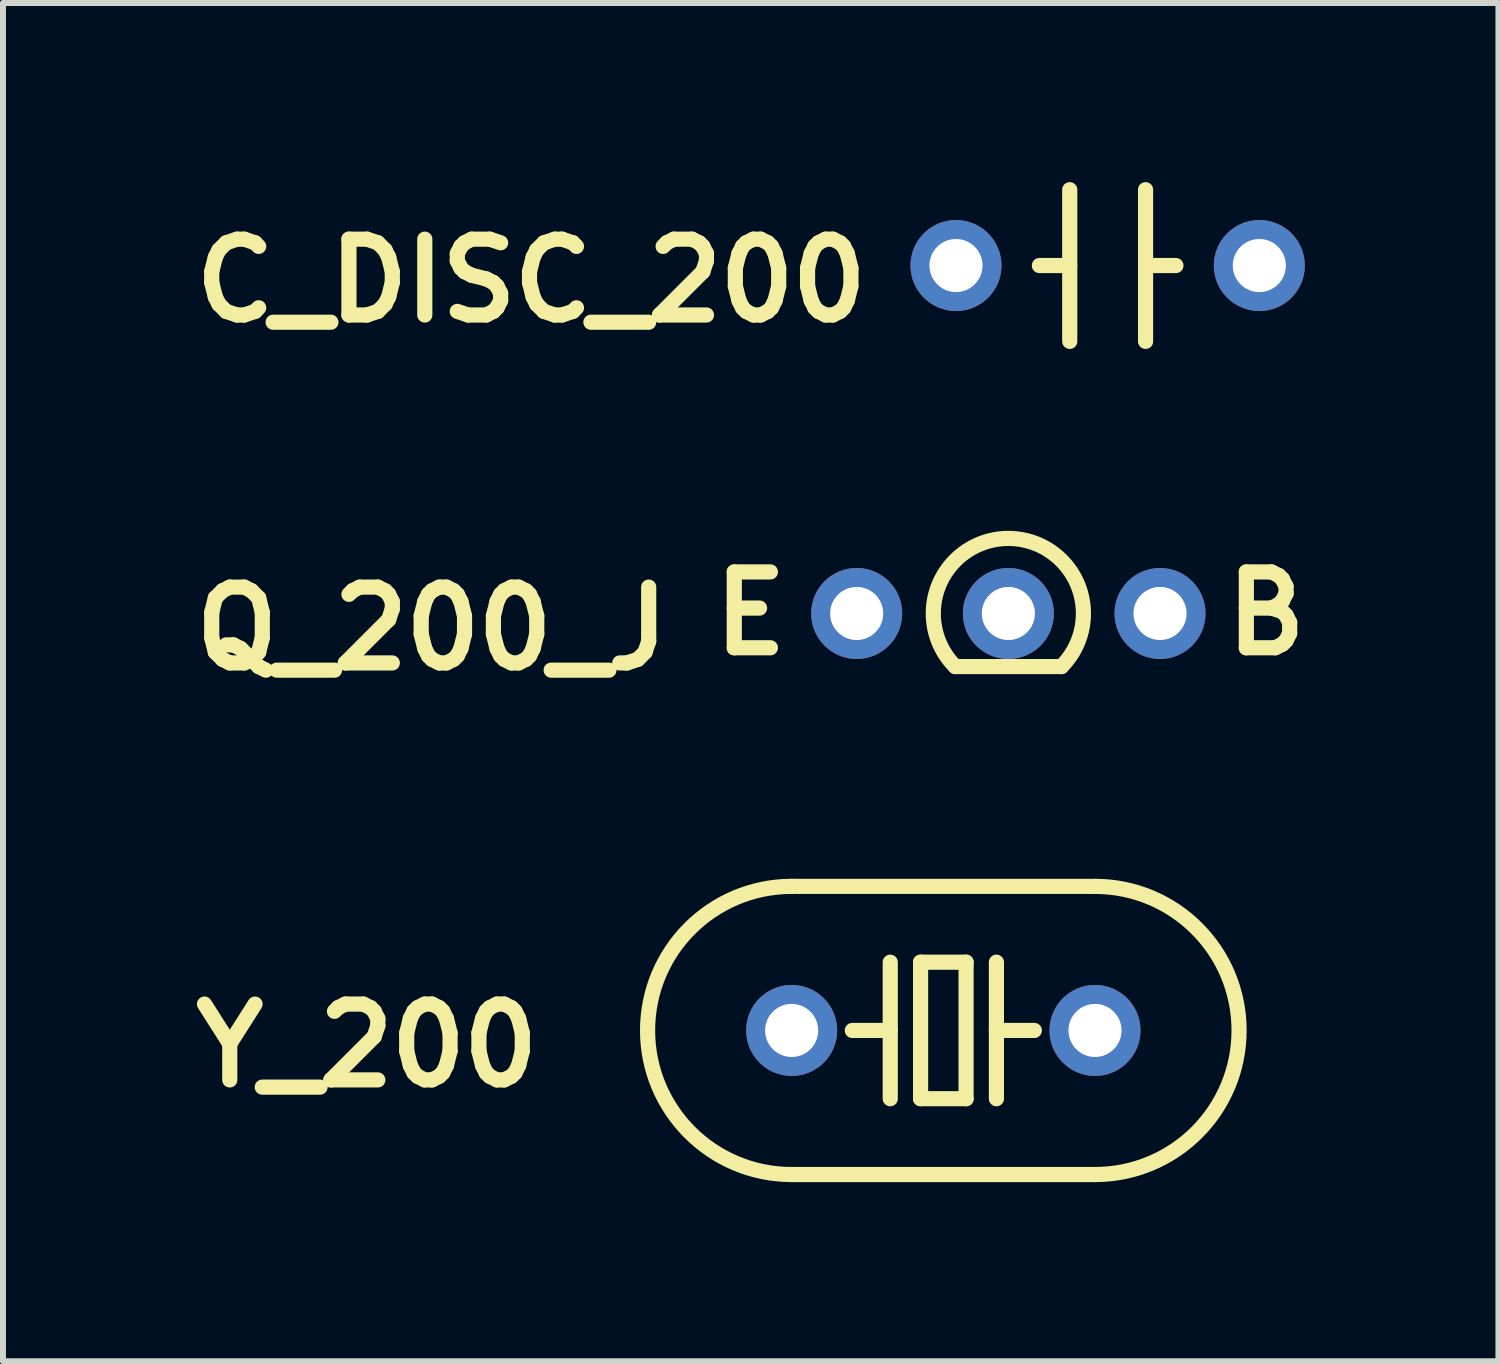
<source format=kicad_pcb>
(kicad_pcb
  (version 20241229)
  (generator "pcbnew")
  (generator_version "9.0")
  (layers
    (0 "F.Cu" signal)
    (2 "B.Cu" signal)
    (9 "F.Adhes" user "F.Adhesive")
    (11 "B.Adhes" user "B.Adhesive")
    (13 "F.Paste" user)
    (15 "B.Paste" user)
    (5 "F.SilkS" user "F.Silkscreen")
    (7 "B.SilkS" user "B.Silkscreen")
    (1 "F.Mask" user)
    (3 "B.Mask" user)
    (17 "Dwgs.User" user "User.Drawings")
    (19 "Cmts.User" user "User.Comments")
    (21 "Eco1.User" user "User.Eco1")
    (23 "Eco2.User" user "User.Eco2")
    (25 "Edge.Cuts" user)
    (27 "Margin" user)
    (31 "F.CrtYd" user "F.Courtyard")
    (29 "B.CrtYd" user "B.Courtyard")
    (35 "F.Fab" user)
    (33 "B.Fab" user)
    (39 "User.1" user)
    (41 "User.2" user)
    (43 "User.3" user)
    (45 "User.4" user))
  (footprint "Q_200_J"
    (layer "F.Cu")
    (at 11.297 7.224)
    (property "Reference" "Q_200_J" (at -7.112 0.254 0) (layer "F.SilkS") (effects (font (size 1.27 1.27) (thickness 0.254))))
    (attr through_hole)
    (fp_line (start 1.651 0.889) (end 3.429 0.889) (stroke (width 0.254) (type solid)) (layer "F.SilkS"))
    (fp_arc (start 1.651 0.889) (mid 2.54 -1.257236) (end 3.429 0.889) (stroke (width 0.254) (type solid)) (layer "F.SilkS"))
    (fp_text user "B" (at 6.858 0 0) (layer "F.SilkS") (effects (font (size 1.27 1.27) (thickness 0.254))))
    (fp_text user "E" (at -1.778 0 0) (layer "F.SilkS") (effects (font (size 1.27 1.27) (thickness 0.254))))
    (pad "1" thru_hole circle (at 0 0 270) (size 1.524 1.524) (drill 0.889) (layers "*.Cu" "*.Mask"))
    (pad "2" thru_hole circle (at 2.54 0 270) (size 1.524 1.524) (drill 0.889) (layers "*.Cu" "*.Mask"))
    (pad "3" thru_hole circle (at 5.08 0 270) (size 1.524 1.524) (drill 0.889) (layers "*.Cu" "*.Mask")))
  (footprint "Y_200"
    (layer "F.Cu")
    (at 10.208 14.207)
    (property "Reference" "Y_200" (at -7.112 0.254 0) (layer "F.SilkS") (effects (font (size 1.27 1.27) (thickness 0.254))))
    (attr through_hole)
    (fp_line (start 0 -2.413) (end 5.08 -2.413) (stroke (width 0.254) (type solid)) (layer "F.SilkS"))
    (fp_line (start 0 2.413) (end 5.08 2.413) (stroke (width 0.254) (type solid)) (layer "F.SilkS"))
    (fp_line (start 1.016 0) (end 1.651 0) (stroke (width 0.254) (type solid)) (layer "F.SilkS"))
    (fp_line (start 1.651 1.143) (end 1.651 -1.143) (stroke (width 0.254) (type solid)) (layer "F.SilkS"))
    (fp_line (start 2.159 -1.143) (end 2.921 -1.143) (stroke (width 0.254) (type solid)) (layer "F.SilkS"))
    (fp_line (start 2.159 1.143) (end 2.159 -1.143) (stroke (width 0.254) (type solid)) (layer "F.SilkS"))
    (fp_line (start 2.921 -1.143) (end 2.921 1.143) (stroke (width 0.254) (type solid)) (layer "F.SilkS"))
    (fp_line (start 2.921 1.143) (end 2.159 1.143) (stroke (width 0.254) (type solid)) (layer "F.SilkS"))
    (fp_line (start 3.429 1.143) (end 3.429 -1.143) (stroke (width 0.254) (type solid)) (layer "F.SilkS"))
    (fp_line (start 4.064 0) (end 3.429 0) (stroke (width 0.254) (type solid)) (layer "F.SilkS"))
    (fp_arc (start 0 2.413) (mid -2.413 0) (end 0 -2.413) (stroke (width 0.254) (type solid)) (layer "F.SilkS"))
    (fp_arc (start 5.08 -2.413) (mid 7.493 0) (end 5.08 2.413) (stroke (width 0.254) (type solid)) (layer "F.SilkS"))
    (pad "1" thru_hole circle (at 0 0 270) (size 1.524 1.524) (drill 0.889) (layers "*.Cu" "*.Mask"))
    (pad "2" thru_hole circle (at 5.08 0 270) (size 1.524 1.524) (drill 0.889) (layers "*.Cu" "*.Mask")))
  (footprint "C_DISC_200"
    (layer "F.Cu")
    (at 12.96 1.397)
    (property "Reference" "C_DISC_200" (at -7.112 0.254 0) (layer "F.SilkS") (effects (font (size 1.27 1.27) (thickness 0.254))))
    (attr through_hole)
    (fp_line (start 1.905 -1.27) (end 1.905 1.27) (stroke (width 0.254) (type solid)) (layer "F.SilkS"))
    (fp_line (start 1.905 0) (end 1.397 0) (stroke (width 0.254) (type solid)) (layer "F.SilkS"))
    (fp_line (start 3.175 0) (end 3.683 0) (stroke (width 0.254) (type solid)) (layer "F.SilkS"))
    (fp_line (start 3.175 1.27) (end 3.175 -1.27) (stroke (width 0.254) (type solid)) (layer "F.SilkS"))
    (pad "1" thru_hole circle (at 0 0 270) (size 1.524 1.524) (drill 0.889) (layers "*.Cu" "*.Mask"))
    (pad "2" thru_hole circle (at 5.08 0 270) (size 1.524 1.524) (drill 0.889) (layers "*.Cu" "*.Mask")))
  (gr_rect
    (start -3 -3)
    (end 22.044 19.747)
    (stroke (width 0.1) (type default))
    (fill no)
    (layer "Edge.Cuts")))
</source>
